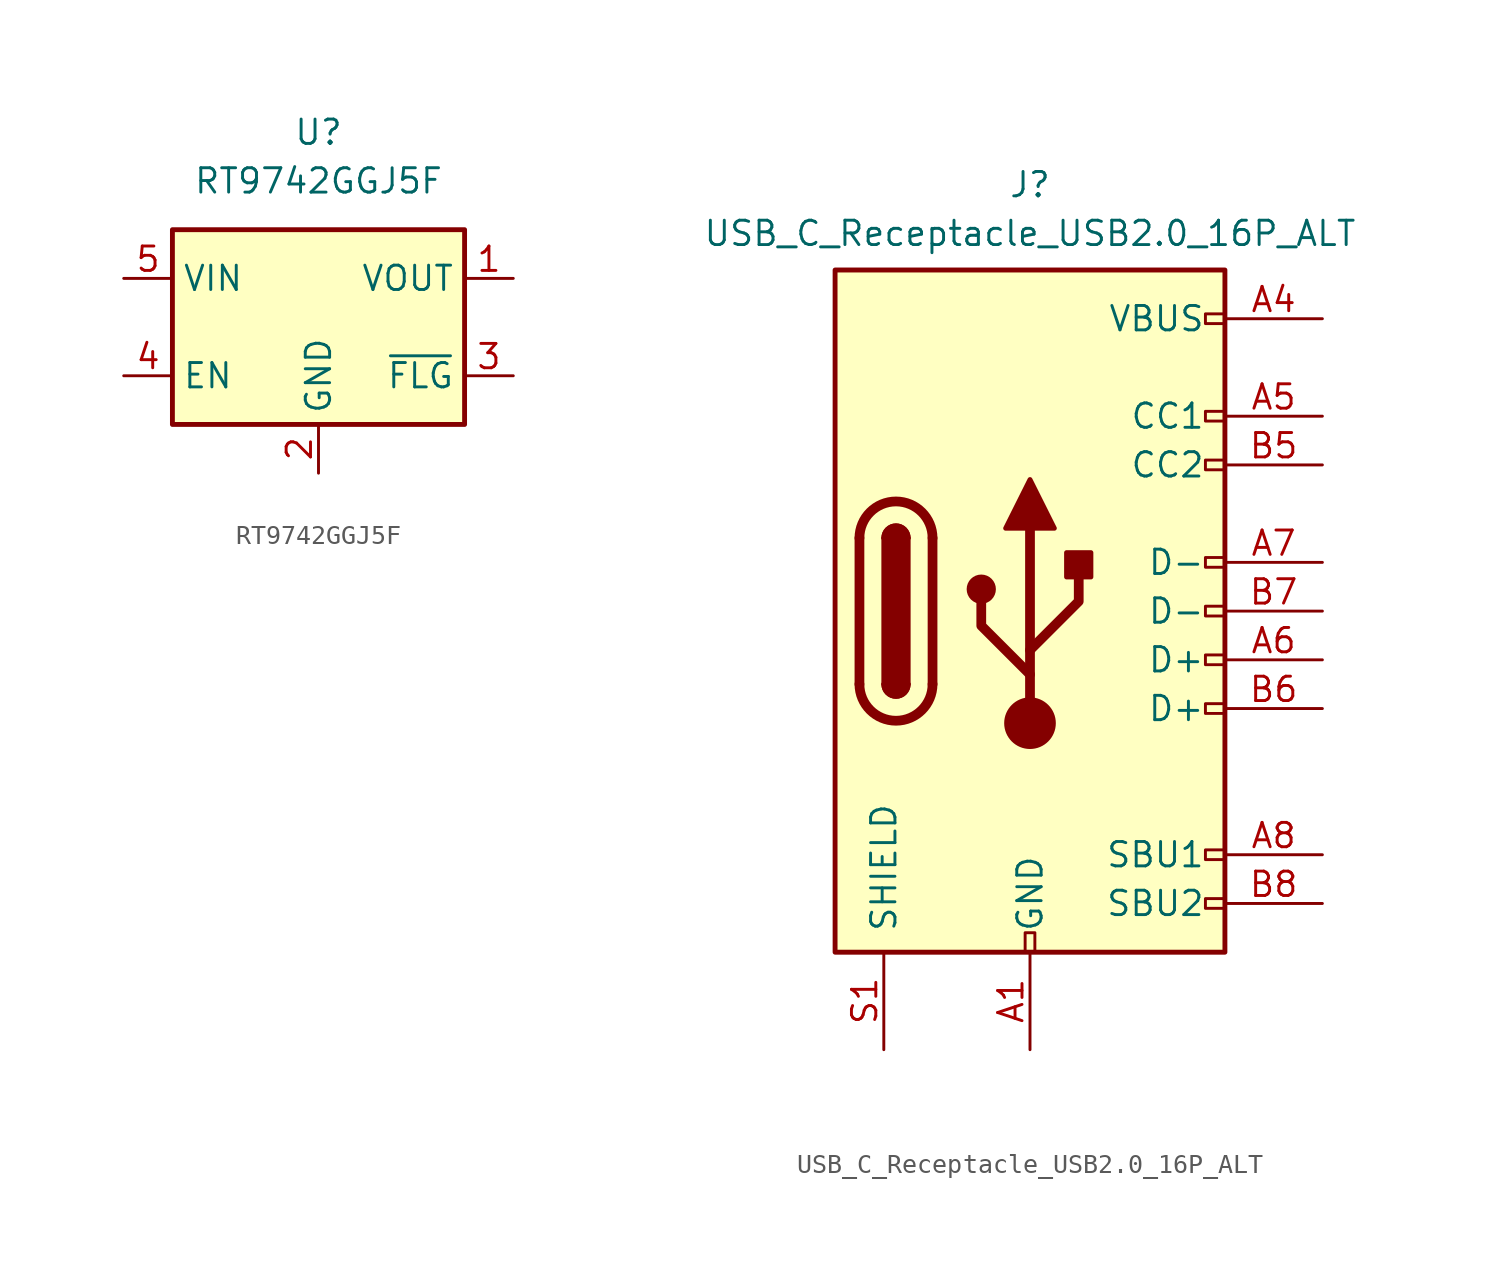
<source format=kicad_sym>
(kicad_symbol_lib
  (version 20220914)
  (generator kicad_symbol_editor)
  (symbol "RT9742GGJ5F"
    (property "Reference" "U"
      (at 0 10.16 0)
      (effects (font (size 1.27 1.27))))
    (property "Value" "RT9742GGJ5F"
      (at 0 7.62 0)
      (effects (font (size 1.27 1.27))))
    (symbol "RT9742GGJ5F_0_1"
      (rectangle (start -7.62 5.08) (end 7.62 -5.08) (stroke (width 0.254) (type default)) (fill (type background))))
    (symbol "RT9742GGJ5F_1_1"
      (pin power_out line (at 10.16 2.54 180) (length 2.54) (name "VOUT" (effects (font (size 1.27 1.27)))) (number "1" (effects (font (size 1.27 1.27)))))
      (pin power_in line (at 0 -7.62 90) (length 2.54) (name "GND" (effects (font (size 1.27 1.27)))) (number "2" (effects (font (size 1.27 1.27)))))
      (pin open_collector line (at 10.16 -2.54 180) (length 2.54) (name "~{FLG}" (effects (font (size 1.27 1.27)))) (number "3" (effects (font (size 1.27 1.27)))))
      (pin input line (at -10.16 -2.54 0) (length 2.54) (name "EN" (effects (font (size 1.27 1.27)))) (number "4" (effects (font (size 1.27 1.27)))))
      (pin power_in line (at -10.16 2.54 0) (length 2.54) (name "VIN" (effects (font (size 1.27 1.27)))) (number "5" (effects (font (size 1.27 1.27)))))))
  (symbol "USB_C_Receptacle_USB2.0_16P_ALT"
    (pin_names
      (offset 1.016))
    (property "Reference" "J"
      (at 0 22.225 0)
      (effects (font (size 1.27 1.27))))
    (property "Value" "USB_C_Receptacle_USB2.0_16P_ALT"
      (at 0 19.685 0)
      (effects (font (size 1.27 1.27))))
    (symbol "USB_C_Receptacle_USB2.0_16P_ALT_0_0"
      (rectangle (start -0.254 -17.78) (end 0.254 -16.764) (stroke (width 0) (type default)) (fill (type none)))
      (rectangle (start 10.16 -14.986) (end 9.144 -15.494) (stroke (width 0) (type default)) (fill (type none)))
      (rectangle (start 10.16 -12.446) (end 9.144 -12.954) (stroke (width 0) (type default)) (fill (type none)))
      (rectangle (start 10.16 -4.826) (end 9.144 -5.334) (stroke (width 0) (type default)) (fill (type none)))
      (rectangle (start 10.16 -2.286) (end 9.144 -2.794) (stroke (width 0) (type default)) (fill (type none)))
      (rectangle (start 10.16 0.254) (end 9.144 -0.254) (stroke (width 0) (type default)) (fill (type none)))
      (rectangle (start 10.16 2.794) (end 9.144 2.286) (stroke (width 0) (type default)) (fill (type none)))
      (rectangle (start 10.16 7.874) (end 9.144 7.366) (stroke (width 0) (type default)) (fill (type none)))
      (rectangle (start 10.16 10.414) (end 9.144 9.906) (stroke (width 0) (type default)) (fill (type none)))
      (rectangle (start 10.16 15.494) (end 9.144 14.986) (stroke (width 0) (type default)) (fill (type none))))
    (symbol "USB_C_Receptacle_USB2.0_16P_ALT_0_1"
      (rectangle (start -10.16 17.78) (end 10.16 -17.78) (stroke (width 0.254) (type default)) (fill (type background)))
      (arc (start -8.89 -3.81) (mid -6.985 -5.7067) (end -5.08 -3.81) (stroke (width 0.508) (type default)) (fill (type none)))
      (arc (start -7.62 -3.81) (mid -6.985 -4.4423) (end -6.35 -3.81) (stroke (width 0.254) (type default)) (fill (type none)))
      (arc (start -7.62 -3.81) (mid -6.985 -4.4423) (end -6.35 -3.81) (stroke (width 0.254) (type default)) (fill (type outline)))
      (rectangle (start -7.62 -3.81) (end -6.35 3.81) (stroke (width 0.254) (type default)) (fill (type outline)))
      (arc (start -6.35 3.81) (mid -6.985 4.4423) (end -7.62 3.81) (stroke (width 0.254) (type default)) (fill (type none)))
      (arc (start -6.35 3.81) (mid -6.985 4.4423) (end -7.62 3.81) (stroke (width 0.254) (type default)) (fill (type outline)))
      (arc (start -5.08 3.81) (mid -6.985 5.7067) (end -8.89 3.81) (stroke (width 0.508) (type default)) (fill (type none)))
      (circle (center -2.54 1.143) (radius 0.635) (stroke (width 0.254) (type default)) (fill (type outline)))
      (circle (center 0 -5.842) (radius 1.27) (stroke (width 0) (type default)) (fill (type outline)))
      (polyline (pts (xy -8.89 -3.81) (xy -8.89 3.81)) (stroke (width 0.508) (type default)) (fill (type none)))
      (polyline (pts (xy -5.08 3.81) (xy -5.08 -3.81)) (stroke (width 0.508) (type default)) (fill (type none)))
      (polyline (pts (xy 0 -5.842) (xy 0 4.318)) (stroke (width 0.508) (type default)) (fill (type none)))
      (polyline (pts (xy 0 -3.302) (xy -2.54 -0.762) (xy -2.54 0.508)) (stroke (width 0.508) (type default)) (fill (type none)))
      (polyline (pts (xy 0 -2.032) (xy 2.54 0.508) (xy 2.54 1.778)) (stroke (width 0.508) (type default)) (fill (type none)))
      (polyline (pts (xy -1.27 4.318) (xy 0 6.858) (xy 1.27 4.318) (xy -1.27 4.318)) (stroke (width 0.254) (type default)) (fill (type outline)))
      (rectangle (start 1.905 1.778) (end 3.175 3.048) (stroke (width 0.254) (type default)) (fill (type outline))))
    (symbol "USB_C_Receptacle_USB2.0_16P_ALT_1_1"
      (pin passive line (at 0 -22.86 90) (length 5.08) (name "GND" (effects (font (size 1.27 1.27)))) (number "A1" (effects (font (size 1.27 1.27)))))
      (pin passive line (at 0 -22.86 90) (length 5.08) hide (name "GND" (effects (font (size 1.27 1.27)))) (number "A12" (effects (font (size 1.27 1.27)))))
      (pin passive line (at 15.24 15.24 180) (length 5.08) (name "VBUS" (effects (font (size 1.27 1.27)))) (number "A4" (effects (font (size 1.27 1.27)))))
      (pin bidirectional line (at 15.24 10.16 180) (length 5.08) (name "CC1" (effects (font (size 1.27 1.27)))) (number "A5" (effects (font (size 1.27 1.27)))))
      (pin bidirectional line (at 15.24 -2.54 180) (length 5.08) (name "D+" (effects (font (size 1.27 1.27)))) (number "A6" (effects (font (size 1.27 1.27)))))
      (pin bidirectional line (at 15.24 2.54 180) (length 5.08) (name "D-" (effects (font (size 1.27 1.27)))) (number "A7" (effects (font (size 1.27 1.27)))))
      (pin bidirectional line (at 15.24 -12.7 180) (length 5.08) (name "SBU1" (effects (font (size 1.27 1.27)))) (number "A8" (effects (font (size 1.27 1.27)))))
      (pin passive line (at 15.24 15.24 180) (length 5.08) hide (name "VBUS" (effects (font (size 1.27 1.27)))) (number "A9" (effects (font (size 1.27 1.27)))))
      (pin bidirectional line (at 15.24 7.62 180) (length 5.08) (name "CC2" (effects (font (size 1.27 1.27)))) (number "B5" (effects (font (size 1.27 1.27)))))
      (pin bidirectional line (at 15.24 -5.08 180) (length 5.08) (name "D+" (effects (font (size 1.27 1.27)))) (number "B6" (effects (font (size 1.27 1.27)))))
      (pin bidirectional line (at 15.24 0 180) (length 5.08) (name "D-" (effects (font (size 1.27 1.27)))) (number "B7" (effects (font (size 1.27 1.27)))))
      (pin bidirectional line (at 15.24 -15.24 180) (length 5.08) (name "SBU2" (effects (font (size 1.27 1.27)))) (number "B8" (effects (font (size 1.27 1.27)))))
      (pin passive line (at -7.62 -22.86 90) (length 5.08) (name "SHIELD" (effects (font (size 1.27 1.27)))) (number "S1" (effects (font (size 1.27 1.27))))))))
</source>
